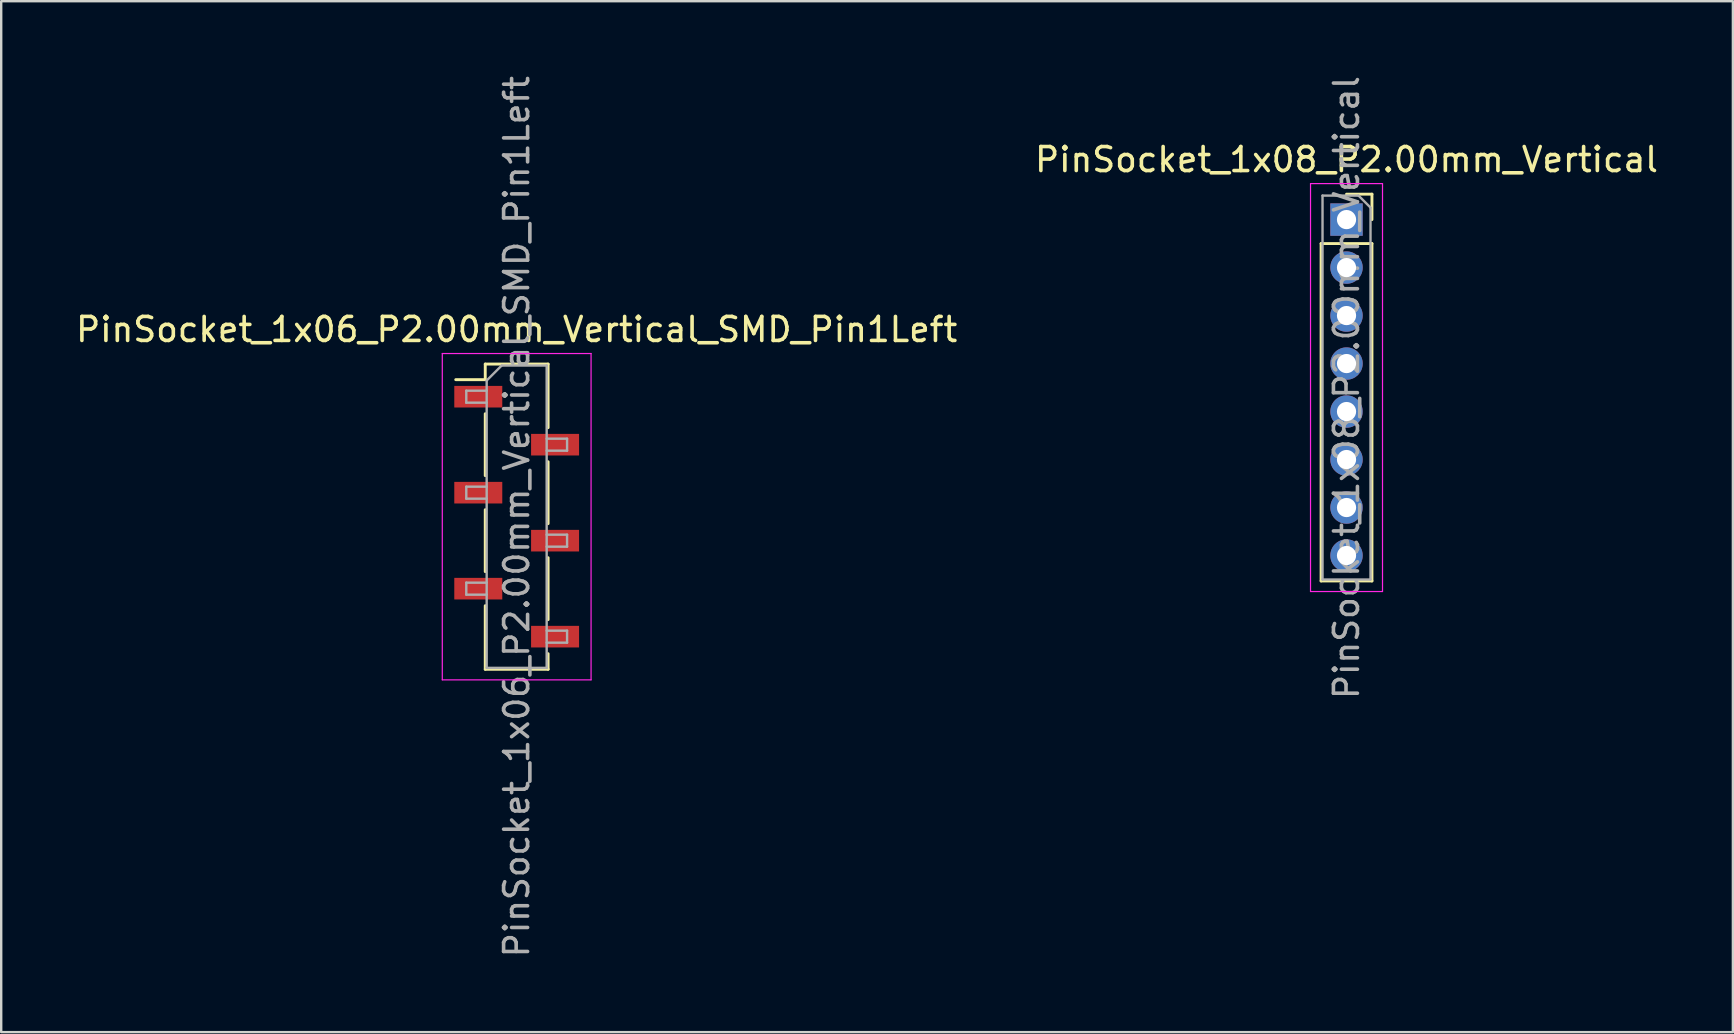
<source format=kicad_pcb>
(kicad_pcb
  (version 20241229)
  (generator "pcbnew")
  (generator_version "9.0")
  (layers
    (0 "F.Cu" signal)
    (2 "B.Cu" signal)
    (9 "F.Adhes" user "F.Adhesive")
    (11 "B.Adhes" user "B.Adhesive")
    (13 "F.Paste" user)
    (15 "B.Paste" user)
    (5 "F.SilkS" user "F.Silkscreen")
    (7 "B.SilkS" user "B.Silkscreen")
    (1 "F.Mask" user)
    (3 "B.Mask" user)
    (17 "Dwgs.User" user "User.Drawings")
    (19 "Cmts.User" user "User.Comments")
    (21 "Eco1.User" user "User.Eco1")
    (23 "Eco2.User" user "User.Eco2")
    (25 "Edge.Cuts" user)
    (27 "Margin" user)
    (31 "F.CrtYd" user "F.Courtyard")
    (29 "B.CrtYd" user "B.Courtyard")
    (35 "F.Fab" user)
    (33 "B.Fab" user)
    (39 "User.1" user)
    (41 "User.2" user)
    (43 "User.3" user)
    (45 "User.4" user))
  (footprint "PinSocket_1x06_P2.00mm_Vertical_SMD_Pin1Left"
    (layer "F.Cu")
    (at 18.482 18.482)
    (property "Reference" "PinSocket_1x06_P2.00mm_Vertical_SMD_Pin1Left" (at 0 -7.8 0) (layer "F.SilkS") (effects (font (size 1 1) (thickness 0.15))))
    (attr smd)
    (fp_line (start -2.54 -5.71) (end -1.31 -5.71) (stroke (width 0.12) (type solid)) (layer "F.SilkS"))
    (fp_line (start -1.31 -6.36) (end -1.31 -5.71) (stroke (width 0.12) (type solid)) (layer "F.SilkS"))
    (fp_line (start -1.31 -6.36) (end 1.31 -6.36) (stroke (width 0.12) (type solid)) (layer "F.SilkS"))
    (fp_line (start -1.31 -4.29) (end -1.31 -1.71) (stroke (width 0.12) (type solid)) (layer "F.SilkS"))
    (fp_line (start -1.31 -0.29) (end -1.31 2.29) (stroke (width 0.12) (type solid)) (layer "F.SilkS"))
    (fp_line (start -1.31 3.71) (end -1.31 6.36) (stroke (width 0.12) (type solid)) (layer "F.SilkS"))
    (fp_line (start -1.31 6.36) (end 1.31 6.36) (stroke (width 0.12) (type solid)) (layer "F.SilkS"))
    (fp_line (start 1.31 -6.36) (end 1.31 -3.71) (stroke (width 0.12) (type solid)) (layer "F.SilkS"))
    (fp_line (start 1.31 -2.29) (end 1.31 0.29) (stroke (width 0.12) (type solid)) (layer "F.SilkS"))
    (fp_line (start 1.31 1.71) (end 1.31 4.29) (stroke (width 0.12) (type solid)) (layer "F.SilkS"))
    (fp_line (start 1.31 5.71) (end 1.31 6.36) (stroke (width 0.12) (type solid)) (layer "F.SilkS"))
    (fp_line (start -3.1 -6.8) (end 3.1 -6.8) (stroke (width 0.05) (type solid)) (layer "F.CrtYd"))
    (fp_line (start -3.1 6.8) (end -3.1 -6.8) (stroke (width 0.05) (type solid)) (layer "F.CrtYd"))
    (fp_line (start 3.1 -6.8) (end 3.1 6.8) (stroke (width 0.05) (type solid)) (layer "F.CrtYd"))
    (fp_line (start 3.1 6.8) (end -3.1 6.8) (stroke (width 0.05) (type solid)) (layer "F.CrtYd"))
    (fp_line (start -2.1 -5.25) (end -1.25 -5.25) (stroke (width 0.1) (type solid)) (layer "F.Fab"))
    (fp_line (start -2.1 -4.75) (end -2.1 -5.25) (stroke (width 0.1) (type solid)) (layer "F.Fab"))
    (fp_line (start -2.1 -1.25) (end -1.25 -1.25) (stroke (width 0.1) (type solid)) (layer "F.Fab"))
    (fp_line (start -2.1 -0.75) (end -2.1 -1.25) (stroke (width 0.1) (type solid)) (layer "F.Fab"))
    (fp_line (start -2.1 2.75) (end -1.25 2.75) (stroke (width 0.1) (type solid)) (layer "F.Fab"))
    (fp_line (start -2.1 3.25) (end -2.1 2.75) (stroke (width 0.1) (type solid)) (layer "F.Fab"))
    (fp_line (start -1.25 -5.675) (end -0.625 -6.3) (stroke (width 0.1) (type solid)) (layer "F.Fab"))
    (fp_line (start -1.25 -4.75) (end -2.1 -4.75) (stroke (width 0.1) (type solid)) (layer "F.Fab"))
    (fp_line (start -1.25 -0.75) (end -2.1 -0.75) (stroke (width 0.1) (type solid)) (layer "F.Fab"))
    (fp_line (start -1.25 3.25) (end -2.1 3.25) (stroke (width 0.1) (type solid)) (layer "F.Fab"))
    (fp_line (start -1.25 6.3) (end -1.25 -5.675) (stroke (width 0.1) (type solid)) (layer "F.Fab"))
    (fp_line (start -0.625 -6.3) (end 1.25 -6.3) (stroke (width 0.1) (type solid)) (layer "F.Fab"))
    (fp_line (start 1.25 -6.3) (end 1.25 6.3) (stroke (width 0.1) (type solid)) (layer "F.Fab"))
    (fp_line (start 1.25 -3.25) (end 2.1 -3.25) (stroke (width 0.1) (type solid)) (layer "F.Fab"))
    (fp_line (start 1.25 0.75) (end 2.1 0.75) (stroke (width 0.1) (type solid)) (layer "F.Fab"))
    (fp_line (start 1.25 4.75) (end 2.1 4.75) (stroke (width 0.1) (type solid)) (layer "F.Fab"))
    (fp_line (start 1.25 6.3) (end -1.25 6.3) (stroke (width 0.1) (type solid)) (layer "F.Fab"))
    (fp_line (start 2.1 -3.25) (end 2.1 -2.75) (stroke (width 0.1) (type solid)) (layer "F.Fab"))
    (fp_line (start 2.1 -2.75) (end 1.25 -2.75) (stroke (width 0.1) (type solid)) (layer "F.Fab"))
    (fp_line (start 2.1 0.75) (end 2.1 1.25) (stroke (width 0.1) (type solid)) (layer "F.Fab"))
    (fp_line (start 2.1 1.25) (end 1.25 1.25) (stroke (width 0.1) (type solid)) (layer "F.Fab"))
    (fp_line (start 2.1 4.75) (end 2.1 5.25) (stroke (width 0.1) (type solid)) (layer "F.Fab"))
    (fp_line (start 2.1 5.25) (end 1.25 5.25) (stroke (width 0.1) (type solid)) (layer "F.Fab"))
    (fp_text user "${REFERENCE}" (at 0 0 90) (layer "F.Fab") (effects (font (size 1 1) (thickness 0.15))))
    (pad "1" smd rect (at -1.6 -5) (size 2 0.9) (layers "F.Cu" "F.Mask" "F.Paste"))
    (pad "2" smd rect (at 1.6 -3) (size 2 0.9) (layers "F.Cu" "F.Mask" "F.Paste"))
    (pad "3" smd rect (at -1.6 -1) (size 2 0.9) (layers "F.Cu" "F.Mask" "F.Paste"))
    (pad "4" smd rect (at 1.6 1) (size 2 0.9) (layers "F.Cu" "F.Mask" "F.Paste"))
    (pad "5" smd rect (at -1.6 3) (size 2 0.9) (layers "F.Cu" "F.Mask" "F.Paste"))
    (pad "6" smd rect (at 1.6 5) (size 2 0.9) (layers "F.Cu" "F.Mask" "F.Paste")))
  (footprint "PinSocket_1x08_P2.00mm_Vertical"
    (layer "F.Cu")
    (at 53.065 6.101)
    (property "Reference" "PinSocket_1x08_P2.00mm_Vertical" (at 0 -2.5 0) (layer "F.SilkS") (effects (font (size 1 1) (thickness 0.15))))
    (attr through_hole)
    (fp_line (start -1.06 1) (end -1.06 15.06) (stroke (width 0.12) (type solid)) (layer "F.SilkS"))
    (fp_line (start -1.06 1) (end 1.06 1) (stroke (width 0.12) (type solid)) (layer "F.SilkS"))
    (fp_line (start -1.06 15.06) (end 1.06 15.06) (stroke (width 0.12) (type solid)) (layer "F.SilkS"))
    (fp_line (start 0 -1.06) (end 1.06 -1.06) (stroke (width 0.12) (type solid)) (layer "F.SilkS"))
    (fp_line (start 1.06 -1.06) (end 1.06 0) (stroke (width 0.12) (type solid)) (layer "F.SilkS"))
    (fp_line (start 1.06 1) (end 1.06 15.06) (stroke (width 0.12) (type solid)) (layer "F.SilkS"))
    (fp_line (start -1.5 -1.5) (end 1.5 -1.5) (stroke (width 0.05) (type solid)) (layer "F.CrtYd"))
    (fp_line (start -1.5 15.5) (end -1.5 -1.5) (stroke (width 0.05) (type solid)) (layer "F.CrtYd"))
    (fp_line (start 1.5 -1.5) (end 1.5 15.5) (stroke (width 0.05) (type solid)) (layer "F.CrtYd"))
    (fp_line (start 1.5 15.5) (end -1.5 15.5) (stroke (width 0.05) (type solid)) (layer "F.CrtYd"))
    (fp_line (start -1 -1) (end 0.5 -1) (stroke (width 0.1) (type solid)) (layer "F.Fab"))
    (fp_line (start -1 15) (end -1 -1) (stroke (width 0.1) (type solid)) (layer "F.Fab"))
    (fp_line (start 0.5 -1) (end 1 -0.5) (stroke (width 0.1) (type solid)) (layer "F.Fab"))
    (fp_line (start 1 -0.5) (end 1 15) (stroke (width 0.1) (type solid)) (layer "F.Fab"))
    (fp_line (start 1 15) (end -1 15) (stroke (width 0.1) (type solid)) (layer "F.Fab"))
    (fp_text user "${REFERENCE}" (at 0 7 90) (layer "F.Fab") (effects (font (size 1 1) (thickness 0.15))))
    (pad "1" thru_hole rect (at 0 0) (size 1.35 1.35) (drill 0.8) (layers "*.Cu" "*.Mask"))
    (pad "2" thru_hole oval (at 0 2) (size 1.35 1.35) (drill 0.8) (layers "*.Cu" "*.Mask"))
    (pad "3" thru_hole oval (at 0 4) (size 1.35 1.35) (drill 0.8) (layers "*.Cu" "*.Mask"))
    (pad "4" thru_hole oval (at 0 6) (size 1.35 1.35) (drill 0.8) (layers "*.Cu" "*.Mask"))
    (pad "5" thru_hole oval (at 0 8) (size 1.35 1.35) (drill 0.8) (layers "*.Cu" "*.Mask"))
    (pad "6" thru_hole oval (at 0 10) (size 1.35 1.35) (drill 0.8) (layers "*.Cu" "*.Mask"))
    (pad "7" thru_hole oval (at 0 12) (size 1.35 1.35) (drill 0.8) (layers "*.Cu" "*.Mask"))
    (pad "8" thru_hole oval (at 0 14) (size 1.35 1.35) (drill 0.8) (layers "*.Cu" "*.Mask")))
  (gr_rect
    (start -3 -3)
    (end 69.167 39.964)
    (stroke (width 0.1) (type default))
    (fill no)
    (layer "Edge.Cuts")))
</source>
